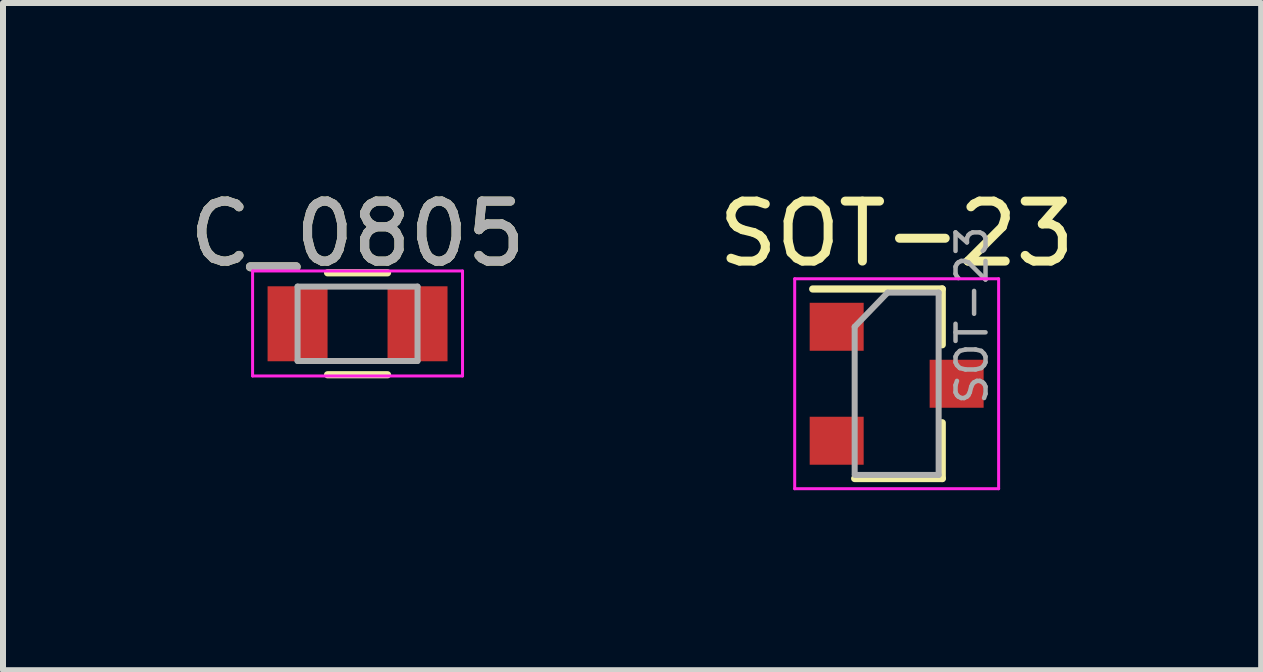
<source format=kicad_pcb>
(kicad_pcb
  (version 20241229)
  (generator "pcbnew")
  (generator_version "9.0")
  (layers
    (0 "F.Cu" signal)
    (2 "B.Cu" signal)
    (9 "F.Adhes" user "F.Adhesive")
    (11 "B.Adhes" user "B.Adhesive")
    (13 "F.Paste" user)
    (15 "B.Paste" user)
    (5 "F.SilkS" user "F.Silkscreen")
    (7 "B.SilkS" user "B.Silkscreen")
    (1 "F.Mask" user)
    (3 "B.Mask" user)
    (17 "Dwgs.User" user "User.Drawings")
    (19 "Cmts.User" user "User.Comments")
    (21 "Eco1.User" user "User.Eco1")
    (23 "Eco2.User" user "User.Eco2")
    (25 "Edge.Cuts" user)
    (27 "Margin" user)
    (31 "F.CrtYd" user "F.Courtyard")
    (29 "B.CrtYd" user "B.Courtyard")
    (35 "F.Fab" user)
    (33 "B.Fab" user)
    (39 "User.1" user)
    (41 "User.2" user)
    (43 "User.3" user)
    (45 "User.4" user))
  (footprint "C_0805"
    (layer "F.Cu")
    (at 2.911 2.348)
    (property "Reference" "C_0805" (at 0 -1.5 0) (layer "F.SilkS") (effects (font (size 1 1) (thickness 0.15))))
    (attr smd)
    (fp_line (start -0.5 0.85) (end 0.5 0.85) (stroke (width 0.12) (type solid)) (layer "F.SilkS"))
    (fp_line (start 0.5 -0.85) (end -0.5 -0.85) (stroke (width 0.12) (type solid)) (layer "F.SilkS"))
    (fp_line (start -1.75 -0.88) (end -1.75 0.87) (stroke (width 0.05) (type solid)) (layer "F.CrtYd"))
    (fp_line (start -1.75 -0.88) (end 1.75 -0.88) (stroke (width 0.05) (type solid)) (layer "F.CrtYd"))
    (fp_line (start 1.75 0.87) (end -1.75 0.87) (stroke (width 0.05) (type solid)) (layer "F.CrtYd"))
    (fp_line (start 1.75 0.87) (end 1.75 -0.88) (stroke (width 0.05) (type solid)) (layer "F.CrtYd"))
    (fp_line (start -1 -0.62) (end 1 -0.62) (stroke (width 0.1) (type solid)) (layer "F.Fab"))
    (fp_line (start -1 0.62) (end -1 -0.62) (stroke (width 0.1) (type solid)) (layer "F.Fab"))
    (fp_line (start 1 -0.62) (end 1 0.62) (stroke (width 0.1) (type solid)) (layer "F.Fab"))
    (fp_line (start 1 0.62) (end -1 0.62) (stroke (width 0.1) (type solid)) (layer "F.Fab"))
    (fp_text user "${REFERENCE}" (at 0 -1.5 0) (layer "F.Fab") (effects (font (size 1 1) (thickness 0.15))))
    (pad "1" smd rect (at -1 0) (size 1 1.25) (layers "F.Cu" "F.Mask" "F.Paste"))
    (pad "2" smd rect (at 1 0) (size 1 1.25) (layers "F.Cu" "F.Mask" "F.Paste")))
  (footprint "SOT-23"
    (layer "F.Cu")
    (at 11.899 3.348)
    (property "Reference" "SOT-23" (at 0 -2.5 0) (layer "F.SilkS") (effects (font (size 1 1) (thickness 0.15))))
    (attr smd)
    (fp_line (start 0.76 -1.58) (end -1.4 -1.58) (stroke (width 0.12) (type solid)) (layer "F.SilkS"))
    (fp_line (start 0.76 -1.58) (end 0.76 -0.65) (stroke (width 0.12) (type solid)) (layer "F.SilkS"))
    (fp_line (start 0.76 1.58) (end -0.7 1.58) (stroke (width 0.12) (type solid)) (layer "F.SilkS"))
    (fp_line (start 0.76 1.58) (end 0.76 0.65) (stroke (width 0.12) (type solid)) (layer "F.SilkS"))
    (fp_line (start -1.7 -1.75) (end 1.7 -1.75) (stroke (width 0.05) (type solid)) (layer "F.CrtYd"))
    (fp_line (start -1.7 1.75) (end -1.7 -1.75) (stroke (width 0.05) (type solid)) (layer "F.CrtYd"))
    (fp_line (start 1.7 -1.75) (end 1.7 1.75) (stroke (width 0.05) (type solid)) (layer "F.CrtYd"))
    (fp_line (start 1.7 1.75) (end -1.7 1.75) (stroke (width 0.05) (type solid)) (layer "F.CrtYd"))
    (fp_line (start -0.7 -0.95) (end -0.7 1.5) (stroke (width 0.1) (type solid)) (layer "F.Fab"))
    (fp_line (start -0.7 -0.95) (end -0.15 -1.52) (stroke (width 0.1) (type solid)) (layer "F.Fab"))
    (fp_line (start -0.7 1.52) (end 0.7 1.52) (stroke (width 0.1) (type solid)) (layer "F.Fab"))
    (fp_line (start -0.15 -1.52) (end 0.7 -1.52) (stroke (width 0.1) (type solid)) (layer "F.Fab"))
    (fp_line (start 0.7 -1.52) (end 0.7 1.52) (stroke (width 0.1) (type solid)) (layer "F.Fab"))
    (fp_text user "${REFERENCE}" (at 1.254 -1.143 90) (layer "F.Fab") (effects (font (size 0.5 0.5) (thickness 0.075))))
    (pad "1" smd rect (at -1 -0.95) (size 0.9 0.8) (layers "F.Cu" "F.Mask" "F.Paste"))
    (pad "2" smd rect (at -1 0.95) (size 0.9 0.8) (layers "F.Cu" "F.Mask" "F.Paste"))
    (pad "3" smd rect (at 1 0) (size 0.9 0.8) (layers "F.Cu" "F.Mask" "F.Paste")))
  (gr_rect
    (start -3 -3)
    (end 17.976 8.123)
    (stroke (width 0.1) (type default))
    (fill no)
    (layer "Edge.Cuts")))
</source>
